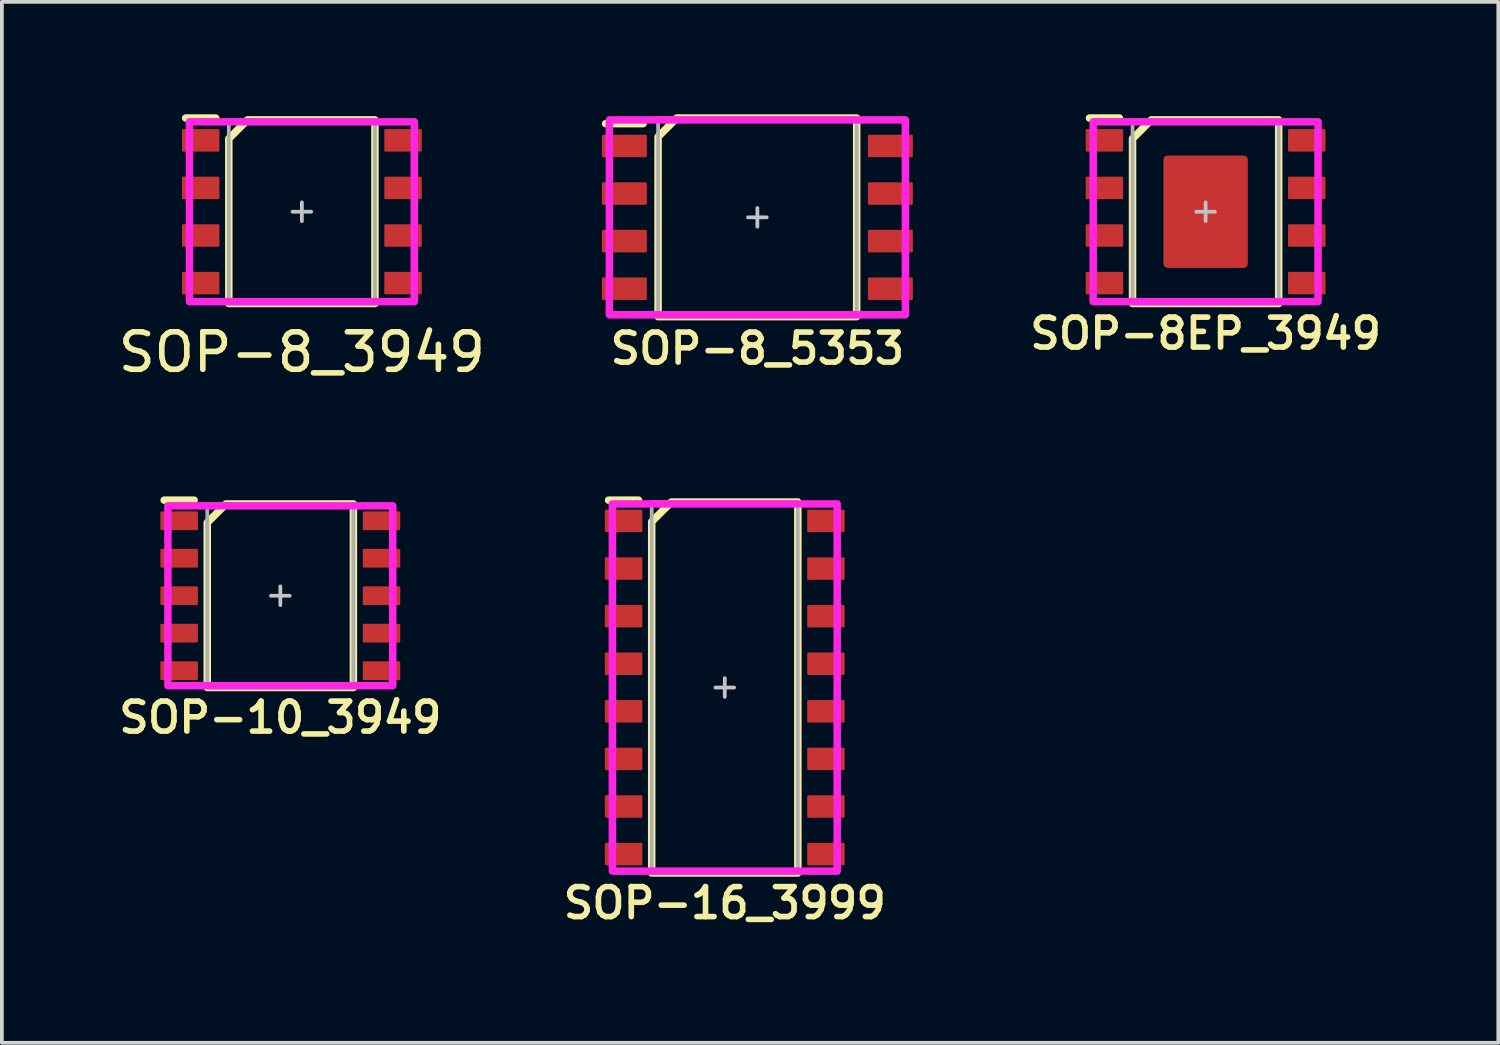
<source format=kicad_pcb>
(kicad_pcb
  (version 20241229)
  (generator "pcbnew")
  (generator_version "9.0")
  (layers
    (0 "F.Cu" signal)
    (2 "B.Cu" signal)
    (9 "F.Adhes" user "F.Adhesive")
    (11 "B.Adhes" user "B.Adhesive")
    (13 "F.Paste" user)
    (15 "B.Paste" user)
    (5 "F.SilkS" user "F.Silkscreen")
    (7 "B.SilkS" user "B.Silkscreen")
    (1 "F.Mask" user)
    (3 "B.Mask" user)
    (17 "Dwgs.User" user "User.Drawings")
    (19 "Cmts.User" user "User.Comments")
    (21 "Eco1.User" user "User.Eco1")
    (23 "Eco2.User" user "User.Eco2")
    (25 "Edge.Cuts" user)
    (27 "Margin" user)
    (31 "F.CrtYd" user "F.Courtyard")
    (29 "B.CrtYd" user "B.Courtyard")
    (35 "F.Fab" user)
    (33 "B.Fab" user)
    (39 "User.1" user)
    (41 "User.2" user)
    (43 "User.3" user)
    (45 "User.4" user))
  (footprint "SOP-8_3949"
    (layer "F.Cu")
    (at 5.006 2.6)
    (property "Reference" "SOP-8_3949" (at 0 3.75 0) (unlocked yes) (layer "F.SilkS") (effects (font (size 1 1) (thickness 0.15))))
    (attr smd)
    (fp_line (start -3.1 -2.5) (end -2.3 -2.5) (stroke (width 0.2) (type solid)) (layer "F.SilkS"))
    (fp_poly (pts (xy 1.95 2.45) (xy -1.95 2.45) (xy -1.95 -1.95) (xy -1.45 -2.45) (xy 1.95 -2.45)) (stroke (width 0.2) (type solid)) (fill no) (layer "F.SilkS"))
    (fp_line (start -0.25 0) (end 0.25 0) (stroke (width 0.1) (type solid)) (layer "Dwgs.User"))
    (fp_line (start 0 0.25) (end 0 -0.25) (stroke (width 0.1) (type solid)) (layer "Dwgs.User"))
    (fp_rect (start -3 -2.4) (end 3 2.4) (stroke (width 0.2) (type solid)) (fill no) (layer "F.CrtYd"))
    (fp_rect (start -1.95 -2.45) (end 1.95 2.45) (stroke (width 0.1) (type solid)) (fill no) (layer "F.Fab"))
    (pad "1" smd roundrect (at -2.7 -1.905) (size 1 0.6) (layers "F.Cu" "F.Mask" "F.Paste") (roundrect_rratio 0.05))
    (pad "2" smd roundrect (at -2.7 -0.635) (size 1 0.6) (layers "F.Cu" "F.Mask" "F.Paste") (roundrect_rratio 0.05))
    (pad "3" smd roundrect (at -2.7 0.635) (size 1 0.6) (layers "F.Cu" "F.Mask" "F.Paste") (roundrect_rratio 0.05))
    (pad "4" smd roundrect (at -2.7 1.905) (size 1 0.6) (layers "F.Cu" "F.Mask" "F.Paste") (roundrect_rratio 0.05))
    (pad "5" smd roundrect (at 2.7 1.905) (size 1 0.6) (layers "F.Cu" "F.Mask" "F.Paste") (roundrect_rratio 0.05))
    (pad "6" smd roundrect (at 2.7 0.635) (size 1 0.6) (layers "F.Cu" "F.Mask" "F.Paste") (roundrect_rratio 0.05))
    (pad "7" smd roundrect (at 2.7 -0.635) (size 1 0.6) (layers "F.Cu" "F.Mask" "F.Paste") (roundrect_rratio 0.05))
    (pad "8" smd roundrect (at 2.7 -1.905) (size 1 0.6) (layers "F.Cu" "F.Mask" "F.Paste") (roundrect_rratio 0.05)))
  (footprint "SOP-16_3999"
    (layer "F.Cu")
    (at 16.292 15.298)
    (property "Reference" "SOP-16_3999" (at 0 5.75 0) (unlocked yes) (layer "F.SilkS") (effects (font (size 0.8 0.8) (thickness 0.15))))
    (attr smd)
    (fp_line (start -2.3 -5) (end -3.1 -5) (stroke (width 0.2) (type default)) (layer "F.SilkS"))
    (fp_poly (pts (xy -1.95 -4.425) (xy -1.425 -4.95) (xy 1.95 -4.95) (xy 1.95 4.95) (xy -1.95 4.95)) (stroke (width 0.2) (type solid)) (fill no) (layer "F.SilkS"))
    (fp_line (start -0.25 0) (end 0.25 0) (stroke (width 0.1) (type default)) (layer "Dwgs.User"))
    (fp_line (start 0 -0.25) (end 0 0.25) (stroke (width 0.1) (type default)) (layer "Dwgs.User"))
    (fp_rect (start -3 -4.9) (end 3 4.9) (stroke (width 0.2) (type default)) (fill no) (layer "F.CrtYd"))
    (fp_rect (start -1.95 -4.95) (end 1.95 4.95) (stroke (width 0.1) (type default)) (fill no) (layer "F.Fab"))
    (pad "1" smd roundrect (at -2.7 -4.445) (size 1 0.6) (layers "F.Cu" "F.Mask" "F.Paste") (roundrect_rratio 0.05))
    (pad "2" smd roundrect (at -2.7 -3.175) (size 1 0.6) (layers "F.Cu" "F.Mask" "F.Paste") (roundrect_rratio 0.05))
    (pad "3" smd roundrect (at -2.7 -1.905) (size 1 0.6) (layers "F.Cu" "F.Mask" "F.Paste") (roundrect_rratio 0.05))
    (pad "4" smd roundrect (at -2.7 -0.635) (size 1 0.6) (layers "F.Cu" "F.Mask" "F.Paste") (roundrect_rratio 0.05))
    (pad "5" smd roundrect (at -2.7 0.635) (size 1 0.6) (layers "F.Cu" "F.Mask" "F.Paste") (roundrect_rratio 0.05))
    (pad "6" smd roundrect (at -2.7 1.905) (size 1 0.6) (layers "F.Cu" "F.Mask" "F.Paste") (roundrect_rratio 0.05))
    (pad "7" smd roundrect (at -2.7 3.175) (size 1 0.6) (layers "F.Cu" "F.Mask" "F.Paste") (roundrect_rratio 0.05))
    (pad "8" smd roundrect (at -2.7 4.445) (size 1 0.6) (layers "F.Cu" "F.Mask" "F.Paste") (roundrect_rratio 0.05))
    (pad "9" smd roundrect (at 2.7 4.445) (size 1 0.6) (layers "F.Cu" "F.Mask" "F.Paste") (roundrect_rratio 0.05))
    (pad "10" smd roundrect (at 2.7 3.175) (size 1 0.6) (layers "F.Cu" "F.Mask" "F.Paste") (roundrect_rratio 0.05))
    (pad "11" smd roundrect (at 2.7 1.905) (size 1 0.6) (layers "F.Cu" "F.Mask" "F.Paste") (roundrect_rratio 0.05))
    (pad "12" smd roundrect (at 2.7 0.635) (size 1 0.6) (layers "F.Cu" "F.Mask" "F.Paste") (roundrect_rratio 0.05))
    (pad "13" smd roundrect (at 2.7 -0.635) (size 1 0.6) (layers "F.Cu" "F.Mask" "F.Paste") (roundrect_rratio 0.05))
    (pad "14" smd roundrect (at 2.7 -1.905) (size 1 0.6) (layers "F.Cu" "F.Mask" "F.Paste") (roundrect_rratio 0.05))
    (pad "15" smd roundrect (at 2.7 -3.175) (size 1 0.6) (layers "F.Cu" "F.Mask" "F.Paste") (roundrect_rratio 0.05))
    (pad "16" smd roundrect (at 2.7 -4.445) (size 1 0.6) (layers "F.Cu" "F.Mask" "F.Paste") (roundrect_rratio 0.05)))
  (footprint "SOP-8_5353"
    (layer "F.Cu")
    (at 17.162 2.75)
    (property "Reference" "SOP-8_5353" (at 0 3.5 0) (unlocked yes) (layer "F.SilkS") (effects (font (size 0.8 0.8) (thickness 0.15))))
    (attr smd)
    (fp_line (start -4.05 -2.5) (end -3.05 -2.5) (stroke (width 0.2) (type solid)) (layer "F.SilkS"))
    (fp_poly (pts (xy 2.65 2.65) (xy -2.65 2.65) (xy -2.65 -2.15) (xy -2.15 -2.65) (xy 2.65 -2.65)) (stroke (width 0.2) (type solid)) (fill no) (layer "F.SilkS"))
    (fp_line (start -0.25 0) (end 0.25 0) (stroke (width 0.1) (type solid)) (layer "Dwgs.User"))
    (fp_line (start 0 0.25) (end 0 -0.25) (stroke (width 0.1) (type solid)) (layer "Dwgs.User"))
    (fp_rect (start -3.95 -2.6) (end 3.95 2.6) (stroke (width 0.2) (type solid)) (fill no) (layer "F.CrtYd"))
    (fp_rect (start -2.65 -2.65) (end 2.65 2.65) (stroke (width 0.1) (type solid)) (fill no) (layer "F.Fab"))
    (pad "1" smd roundrect (at -3.55 -1.905) (size 1.2 0.6) (layers "F.Cu" "F.Mask" "F.Paste") (roundrect_rratio 0.05))
    (pad "2" smd roundrect (at -3.55 -0.635) (size 1.2 0.6) (layers "F.Cu" "F.Mask" "F.Paste") (roundrect_rratio 0.05))
    (pad "3" smd roundrect (at -3.55 0.635) (size 1.2 0.6) (layers "F.Cu" "F.Mask" "F.Paste") (roundrect_rratio 0.05))
    (pad "4" smd roundrect (at -3.55 1.905) (size 1.2 0.6) (layers "F.Cu" "F.Mask" "F.Paste") (roundrect_rratio 0.05))
    (pad "5" smd roundrect (at 3.55 1.905) (size 1.2 0.6) (layers "F.Cu" "F.Mask" "F.Paste") (roundrect_rratio 0.05))
    (pad "6" smd roundrect (at 3.55 0.635) (size 1.2 0.6) (layers "F.Cu" "F.Mask" "F.Paste") (roundrect_rratio 0.05))
    (pad "7" smd roundrect (at 3.55 -0.635) (size 1.2 0.6) (layers "F.Cu" "F.Mask" "F.Paste") (roundrect_rratio 0.05))
    (pad "8" smd roundrect (at 3.55 -1.905) (size 1.2 0.6) (layers "F.Cu" "F.Mask" "F.Paste") (roundrect_rratio 0.05)))
  (footprint "SOP-8EP_3949"
    (layer "F.Cu")
    (at 29.124 2.6)
    (property "Reference" "SOP-8EP_3949" (at 0 3.25 0) (unlocked yes) (layer "F.SilkS") (effects (font (size 0.8 0.8) (thickness 0.15))))
    (attr smd)
    (fp_line (start -3.1 -2.5) (end -2.3 -2.5) (stroke (width 0.2) (type solid)) (layer "F.SilkS"))
    (fp_poly (pts (xy 1.95 2.45) (xy -1.95 2.45) (xy -1.95 -1.95) (xy -1.45 -2.45) (xy 1.95 -2.45)) (stroke (width 0.2) (type solid)) (fill no) (layer "F.SilkS"))
    (fp_rect (start -1.025 -1.4) (end -0.1 -0.1) (stroke (width 0) (type solid)) (fill yes) (layer "F.Paste"))
    (fp_rect (start -1.025 0.1) (end -0.1 1.4) (stroke (width 0) (type solid)) (fill yes) (layer "F.Paste"))
    (fp_rect (start 0.1 -1.4) (end 1.025 -0.1) (stroke (width 0) (type solid)) (fill yes) (layer "F.Paste"))
    (fp_rect (start 0.1 0.1) (end 1.025 1.4) (stroke (width 0) (type solid)) (fill yes) (layer "F.Paste"))
    (fp_line (start -0.25 0) (end 0.25 0) (stroke (width 0.1) (type solid)) (layer "Dwgs.User"))
    (fp_line (start 0 0.25) (end 0 -0.25) (stroke (width 0.1) (type solid)) (layer "Dwgs.User"))
    (fp_rect (start -3 -2.4) (end 3 2.4) (stroke (width 0.2) (type solid)) (fill no) (layer "F.CrtYd"))
    (fp_rect (start -1.95 -2.45) (end 1.95 2.45) (stroke (width 0.1) (type solid)) (fill no) (layer "F.Fab"))
    (pad "1" smd roundrect (at -2.7 -1.905) (size 1 0.6) (layers "F.Cu" "F.Mask" "F.Paste") (roundrect_rratio 0.05))
    (pad "2" smd roundrect (at -2.7 -0.635) (size 1 0.6) (layers "F.Cu" "F.Mask" "F.Paste") (roundrect_rratio 0.05))
    (pad "3" smd roundrect (at -2.7 0.635) (size 1 0.6) (layers "F.Cu" "F.Mask" "F.Paste") (roundrect_rratio 0.05))
    (pad "4" smd roundrect (at -2.7 1.905) (size 1 0.6) (layers "F.Cu" "F.Mask" "F.Paste") (roundrect_rratio 0.05))
    (pad "5" smd roundrect (at 2.7 1.905) (size 1 0.6) (layers "F.Cu" "F.Mask" "F.Paste") (roundrect_rratio 0.05))
    (pad "6" smd roundrect (at 2.7 0.635) (size 1 0.6) (layers "F.Cu" "F.Mask" "F.Paste") (roundrect_rratio 0.05))
    (pad "7" smd roundrect (at 2.7 -0.635) (size 1 0.6) (layers "F.Cu" "F.Mask" "F.Paste") (roundrect_rratio 0.05))
    (pad "8" smd roundrect (at 2.7 -1.905) (size 1 0.6) (layers "F.Cu" "F.Mask" "F.Paste") (roundrect_rratio 0.05))
    (pad "EP" smd roundrect (at 0 0 90) (size 3 2.25) (layers "F.Cu" "F.Mask") (roundrect_rratio 0.05)))
  (footprint "SOP-10_3949"
    (layer "F.Cu")
    (at 4.431 12.848)
    (property "Reference" "SOP-10_3949" (at 0 3.25 0) (unlocked yes) (layer "F.SilkS") (effects (font (size 0.8 0.8) (thickness 0.15))))
    (attr smd)
    (fp_line (start -3.1 -2.55) (end -2.3 -2.55) (stroke (width 0.2) (type solid)) (layer "F.SilkS"))
    (fp_poly (pts (xy 1.95 2.45) (xy -1.95 2.45) (xy -1.95 -1.95) (xy -1.45 -2.45) (xy 1.95 -2.45)) (stroke (width 0.2) (type solid)) (fill no) (layer "F.SilkS"))
    (fp_line (start -0.25 0) (end 0.25 0) (stroke (width 0.1) (type solid)) (layer "Dwgs.User"))
    (fp_line (start 0 0.25) (end 0 -0.25) (stroke (width 0.1) (type solid)) (layer "Dwgs.User"))
    (fp_rect (start -3 -2.4) (end 3 2.4) (stroke (width 0.2) (type solid)) (fill no) (layer "F.CrtYd"))
    (fp_rect (start -1.95 -2.45) (end 1.95 2.45) (stroke (width 0.1) (type solid)) (fill no) (layer "F.Fab"))
    (pad "1" smd roundrect (at -2.7 -2) (size 1 0.5) (layers "F.Cu" "F.Mask" "F.Paste") (roundrect_rratio 0.05))
    (pad "2" smd roundrect (at -2.7 -1) (size 1 0.5) (layers "F.Cu" "F.Mask" "F.Paste") (roundrect_rratio 0.05))
    (pad "3" smd roundrect (at -2.7 0) (size 1 0.5) (layers "F.Cu" "F.Mask" "F.Paste") (roundrect_rratio 0.05))
    (pad "4" smd roundrect (at -2.7 1) (size 1 0.5) (layers "F.Cu" "F.Mask" "F.Paste") (roundrect_rratio 0.05))
    (pad "5" smd roundrect (at -2.7 2) (size 1 0.5) (layers "F.Cu" "F.Mask" "F.Paste") (roundrect_rratio 0.05))
    (pad "6" smd roundrect (at 2.7 2) (size 1 0.5) (layers "F.Cu" "F.Mask" "F.Paste") (roundrect_rratio 0.05))
    (pad "7" smd roundrect (at 2.7 1) (size 1 0.5) (layers "F.Cu" "F.Mask" "F.Paste") (roundrect_rratio 0.05))
    (pad "8" smd roundrect (at 2.7 0) (size 1 0.5) (layers "F.Cu" "F.Mask" "F.Paste") (roundrect_rratio 0.05))
    (pad "9" smd roundrect (at 2.7 -1) (size 1 0.5) (layers "F.Cu" "F.Mask" "F.Paste") (roundrect_rratio 0.05))
    (pad "10" smd roundrect (at 2.7 -2) (size 1 0.5) (layers "F.Cu" "F.Mask" "F.Paste") (roundrect_rratio 0.05)))
  (gr_rect
    (start -3 -3)
    (end 36.935 24.779)
    (stroke (width 0.1) (type default))
    (fill no)
    (layer "Edge.Cuts")))
</source>
